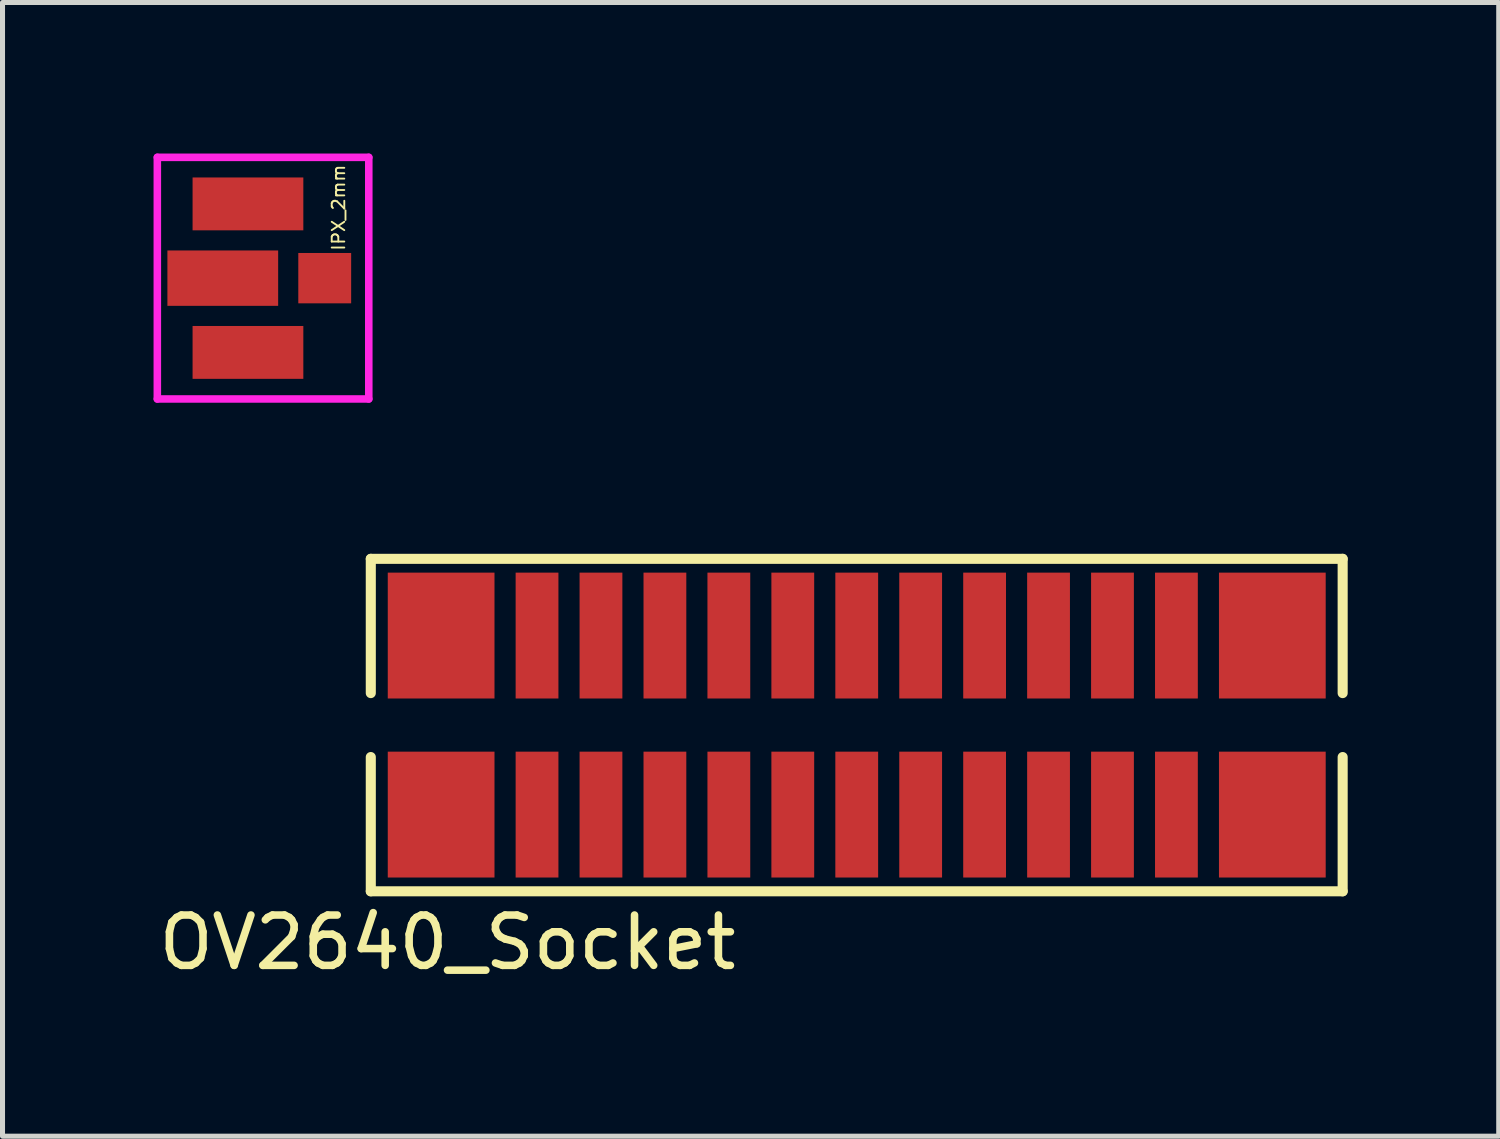
<source format=kicad_pcb>
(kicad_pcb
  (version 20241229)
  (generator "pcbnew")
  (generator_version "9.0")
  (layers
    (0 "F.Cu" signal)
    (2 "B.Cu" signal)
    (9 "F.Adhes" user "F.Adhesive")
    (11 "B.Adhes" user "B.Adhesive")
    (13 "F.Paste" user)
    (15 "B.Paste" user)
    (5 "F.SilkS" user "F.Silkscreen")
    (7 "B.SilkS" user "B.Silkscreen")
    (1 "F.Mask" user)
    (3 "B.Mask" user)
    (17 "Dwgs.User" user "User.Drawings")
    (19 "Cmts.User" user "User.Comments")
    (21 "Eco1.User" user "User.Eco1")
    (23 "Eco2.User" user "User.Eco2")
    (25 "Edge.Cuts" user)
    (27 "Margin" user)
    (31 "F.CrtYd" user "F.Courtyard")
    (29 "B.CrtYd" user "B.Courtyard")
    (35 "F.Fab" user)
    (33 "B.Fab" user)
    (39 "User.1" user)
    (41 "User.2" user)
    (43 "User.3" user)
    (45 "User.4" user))
  (footprint "IPX_2mm"
    (layer "F.Cu")
    (at 1.875 2.475)
    (property "Reference" "IPX_2mm" (at 1.8 -1.4 270) (layer "F.SilkS") (effects (font (size 0.25 0.25) (thickness 0.037))))
    (attr through_hole)
    (fp_line (start -1.8 -2.4) (end -1.8 2.4) (stroke (width 0.15) (type solid)) (layer "F.CrtYd"))
    (fp_line (start -1.8 2.4) (end 2.4 2.4) (stroke (width 0.15) (type solid)) (layer "F.CrtYd"))
    (fp_line (start 2.4 -2.4) (end -1.8 -2.4) (stroke (width 0.15) (type solid)) (layer "F.CrtYd"))
    (fp_line (start 2.4 2.4) (end 2.4 -2.4) (stroke (width 0.15) (type solid)) (layer "F.CrtYd"))
    (pad "" smd rect (at -0.5 0) (size 2.2 1.1) (layers "F.Cu" "F.Mask" "F.Paste"))
    (pad "1" smd rect (at 1.525 0) (size 1.05 1) (layers "F.Cu" "F.Mask" "F.Paste"))
    (pad "2" smd rect (at 0 -1.475) (size 2.2 1.05) (layers "F.Cu" "F.Mask" "F.Paste"))
    (pad "2" smd rect (at 0 1.475) (size 2.2 1.05) (layers "F.Cu" "F.Mask" "F.Paste")))
  (footprint "OV2640_Socket"
    (layer "F.Cu")
    (at 13.967 11.352)
    (property "Reference" "OV2640_Socket" (at -8.128 4.318 0) (layer "F.SilkS") (effects (font (size 1 1) (thickness 0.15))))
    (attr through_hole)
    (fp_line (start -9.652 -3.302) (end -9.652 -0.635) (stroke (width 0.2) (type solid)) (layer "F.SilkS"))
    (fp_line (start -9.652 3.302) (end -9.652 0.635) (stroke (width 0.2) (type solid)) (layer "F.SilkS"))
    (fp_line (start -9.652 3.302) (end 9.652 3.302) (stroke (width 0.2) (type solid)) (layer "F.SilkS"))
    (fp_line (start 9.652 -3.302) (end -9.652 -3.302) (stroke (width 0.2) (type solid)) (layer "F.SilkS"))
    (fp_line (start 9.652 -3.302) (end 9.652 -0.635) (stroke (width 0.2) (type solid)) (layer "F.SilkS"))
    (fp_line (start 9.652 3.302) (end 9.652 0.635) (stroke (width 0.2) (type solid)) (layer "F.SilkS"))
    (pad "1" smd rect (at -8.255 -1.778) (size 2.12 2.5) (layers "F.Cu" "F.Mask" "F.Paste"))
    (pad "2" smd rect (at -8.255 1.778) (size 2.12 2.5) (layers "F.Cu" "F.Mask" "F.Paste"))
    (pad "3" smd rect (at -6.35 -1.778) (size 0.85 2.5) (layers "F.Cu" "F.Mask" "F.Paste"))
    (pad "4" smd rect (at -6.35 1.778) (size 0.85 2.5) (layers "F.Cu" "F.Mask" "F.Paste"))
    (pad "5" smd rect (at -5.08 -1.778) (size 0.85 2.5) (layers "F.Cu" "F.Mask" "F.Paste"))
    (pad "6" smd rect (at -5.08 1.778) (size 0.85 2.5) (layers "F.Cu" "F.Mask" "F.Paste"))
    (pad "7" smd rect (at -3.81 -1.778) (size 0.85 2.5) (layers "F.Cu" "F.Mask" "F.Paste"))
    (pad "8" smd rect (at -3.81 1.778) (size 0.85 2.5) (layers "F.Cu" "F.Mask" "F.Paste"))
    (pad "9" smd rect (at -2.54 -1.778) (size 0.85 2.5) (layers "F.Cu" "F.Mask" "F.Paste"))
    (pad "10" smd rect (at -2.54 1.778) (size 0.85 2.5) (layers "F.Cu" "F.Mask" "F.Paste"))
    (pad "11" smd rect (at -1.27 -1.778) (size 0.85 2.5) (layers "F.Cu" "F.Mask" "F.Paste"))
    (pad "12" smd rect (at -1.27 1.778) (size 0.85 2.5) (layers "F.Cu" "F.Mask" "F.Paste"))
    (pad "13" smd rect (at 0 -1.778) (size 0.85 2.5) (layers "F.Cu" "F.Mask" "F.Paste"))
    (pad "14" smd rect (at 0 1.778) (size 0.85 2.5) (layers "F.Cu" "F.Mask" "F.Paste"))
    (pad "15" smd rect (at 1.27 -1.778) (size 0.85 2.5) (layers "F.Cu" "F.Mask" "F.Paste"))
    (pad "16" smd rect (at 1.27 1.778) (size 0.85 2.5) (layers "F.Cu" "F.Mask" "F.Paste"))
    (pad "17" smd rect (at 2.54 -1.778) (size 0.85 2.5) (layers "F.Cu" "F.Mask" "F.Paste"))
    (pad "18" smd rect (at 2.54 1.778) (size 0.85 2.5) (layers "F.Cu" "F.Mask" "F.Paste"))
    (pad "19" smd rect (at 3.81 -1.778) (size 0.85 2.5) (layers "F.Cu" "F.Mask" "F.Paste"))
    (pad "20" smd rect (at 3.81 1.778) (size 0.85 2.5) (layers "F.Cu" "F.Mask" "F.Paste"))
    (pad "21" smd rect (at 5.08 -1.778) (size 0.85 2.5) (layers "F.Cu" "F.Mask" "F.Paste"))
    (pad "22" smd rect (at 5.08 1.778) (size 0.85 2.5) (layers "F.Cu" "F.Mask" "F.Paste"))
    (pad "23" smd rect (at 6.35 -1.778) (size 0.85 2.5) (layers "F.Cu" "F.Mask" "F.Paste"))
    (pad "24" smd rect (at 6.35 1.778) (size 0.85 2.5) (layers "F.Cu" "F.Mask" "F.Paste"))
    (pad "25" smd rect (at 8.255 -1.778) (size 2.12 2.5) (layers "F.Cu" "F.Mask" "F.Paste"))
    (pad "26" smd rect (at 8.255 1.778) (size 2.12 2.5) (layers "F.Cu" "F.Mask" "F.Paste")))
  (gr_rect
    (start -3 -3)
    (end 26.719 19.518)
    (stroke (width 0.1) (type default))
    (fill no)
    (layer "Edge.Cuts")))
</source>
